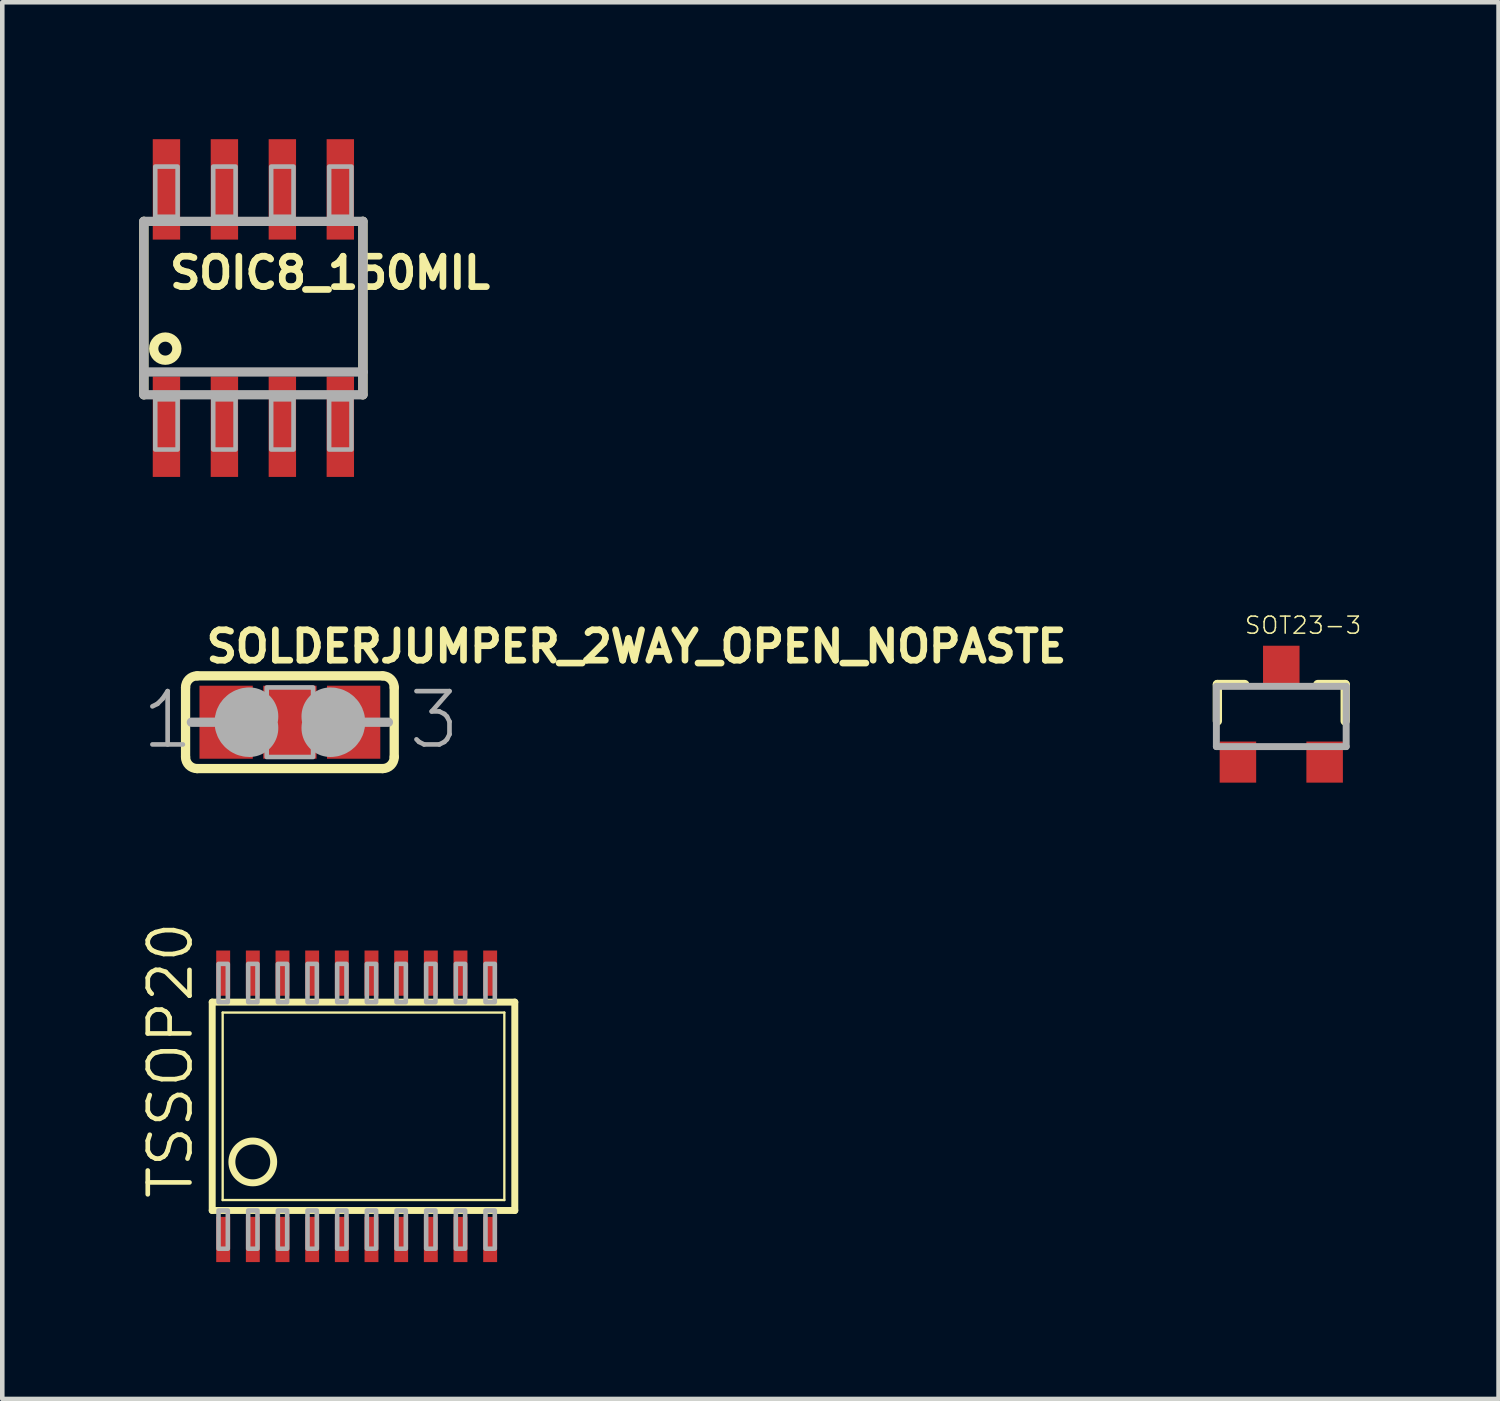
<source format=kicad_pcb>
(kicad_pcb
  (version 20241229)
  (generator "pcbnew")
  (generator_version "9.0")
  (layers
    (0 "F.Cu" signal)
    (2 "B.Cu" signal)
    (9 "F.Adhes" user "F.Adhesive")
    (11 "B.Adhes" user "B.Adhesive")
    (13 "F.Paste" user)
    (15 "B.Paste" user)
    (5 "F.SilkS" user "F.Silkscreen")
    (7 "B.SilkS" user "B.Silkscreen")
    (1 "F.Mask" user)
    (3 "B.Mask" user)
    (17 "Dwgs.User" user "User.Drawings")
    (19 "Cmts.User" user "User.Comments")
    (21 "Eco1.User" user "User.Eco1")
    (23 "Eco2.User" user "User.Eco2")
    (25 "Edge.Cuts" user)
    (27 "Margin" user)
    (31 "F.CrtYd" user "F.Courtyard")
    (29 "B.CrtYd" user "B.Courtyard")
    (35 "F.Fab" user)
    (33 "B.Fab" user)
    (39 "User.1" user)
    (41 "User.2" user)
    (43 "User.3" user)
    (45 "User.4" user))
  (footprint "TSSOP20"
    (layer "F.Cu")
    (at 4.915 21.191)
    (property "Reference" "TSSOP20" (at -3.696 2.083 90) (unlocked yes) (layer "F.SilkS") (effects (font (size 0.914 0.914) (thickness 0.102)) (justify left bottom)))
    (fp_line (start -3.315 2.283) (end -3.315 -2.283) (stroke (width 0.152) (type solid)) (layer "F.SilkS"))
    (fp_line (start -3.315 2.283) (end 3.315 2.283) (stroke (width 0.152) (type solid)) (layer "F.SilkS"))
    (fp_line (start -3.086 2.054) (end -3.086 -2.054) (stroke (width 0.051) (type solid)) (layer "F.SilkS"))
    (fp_line (start -3.086 2.054) (end 3.086 2.054) (stroke (width 0.051) (type solid)) (layer "F.SilkS"))
    (fp_line (start 3.086 -2.054) (end -3.086 -2.054) (stroke (width 0.051) (type solid)) (layer "F.SilkS"))
    (fp_line (start 3.086 -2.054) (end 3.086 2.054) (stroke (width 0.051) (type solid)) (layer "F.SilkS"))
    (fp_line (start 3.315 -2.283) (end -3.315 -2.283) (stroke (width 0.152) (type solid)) (layer "F.SilkS"))
    (fp_line (start 3.315 -2.283) (end 3.315 2.283) (stroke (width 0.152) (type solid)) (layer "F.SilkS"))
    (fp_circle (center -2.426 1.219) (end -1.968 1.219) (stroke (width 0.152) (type solid)) (fill no) (layer "F.SilkS"))
    (fp_poly (pts (xy -3.177 -2.283) (xy -2.973 -2.283) (xy -2.973 -3.121) (xy -3.177 -3.121)) (stroke (width 0.1) (type default)) (fill no) (layer "F.Fab"))
    (fp_poly (pts (xy -3.177 3.121) (xy -2.973 3.121) (xy -2.973 2.283) (xy -3.177 2.283)) (stroke (width 0.1) (type default)) (fill no) (layer "F.Fab"))
    (fp_poly (pts (xy -2.527 -2.283) (xy -2.323 -2.283) (xy -2.323 -3.121) (xy -2.527 -3.121)) (stroke (width 0.1) (type default)) (fill no) (layer "F.Fab"))
    (fp_poly (pts (xy -2.527 3.121) (xy -2.323 3.121) (xy -2.323 2.283) (xy -2.527 2.283)) (stroke (width 0.1) (type default)) (fill no) (layer "F.Fab"))
    (fp_poly (pts (xy -1.877 -2.283) (xy -1.673 -2.283) (xy -1.673 -3.121) (xy -1.877 -3.121)) (stroke (width 0.1) (type default)) (fill no) (layer "F.Fab"))
    (fp_poly (pts (xy -1.877 3.121) (xy -1.673 3.121) (xy -1.673 2.283) (xy -1.877 2.283)) (stroke (width 0.1) (type default)) (fill no) (layer "F.Fab"))
    (fp_poly (pts (xy -1.227 -2.283) (xy -1.023 -2.283) (xy -1.023 -3.121) (xy -1.227 -3.121)) (stroke (width 0.1) (type default)) (fill no) (layer "F.Fab"))
    (fp_poly (pts (xy -1.227 3.121) (xy -1.023 3.121) (xy -1.023 2.283) (xy -1.227 2.283)) (stroke (width 0.1) (type default)) (fill no) (layer "F.Fab"))
    (fp_poly (pts (xy -0.577 -2.283) (xy -0.373 -2.283) (xy -0.373 -3.121) (xy -0.577 -3.121)) (stroke (width 0.1) (type default)) (fill no) (layer "F.Fab"))
    (fp_poly (pts (xy -0.577 3.121) (xy -0.373 3.121) (xy -0.373 2.283) (xy -0.577 2.283)) (stroke (width 0.1) (type default)) (fill no) (layer "F.Fab"))
    (fp_poly (pts (xy 0.073 -2.283) (xy 0.277 -2.283) (xy 0.277 -3.121) (xy 0.073 -3.121)) (stroke (width 0.1) (type default)) (fill no) (layer "F.Fab"))
    (fp_poly (pts (xy 0.073 3.121) (xy 0.277 3.121) (xy 0.277 2.283) (xy 0.073 2.283)) (stroke (width 0.1) (type default)) (fill no) (layer "F.Fab"))
    (fp_poly (pts (xy 0.723 -2.283) (xy 0.927 -2.283) (xy 0.927 -3.121) (xy 0.723 -3.121)) (stroke (width 0.1) (type default)) (fill no) (layer "F.Fab"))
    (fp_poly (pts (xy 0.723 3.121) (xy 0.927 3.121) (xy 0.927 2.283) (xy 0.723 2.283)) (stroke (width 0.1) (type default)) (fill no) (layer "F.Fab"))
    (fp_poly (pts (xy 1.373 -2.283) (xy 1.577 -2.283) (xy 1.577 -3.121) (xy 1.373 -3.121)) (stroke (width 0.1) (type default)) (fill no) (layer "F.Fab"))
    (fp_poly (pts (xy 1.373 3.121) (xy 1.577 3.121) (xy 1.577 2.283) (xy 1.373 2.283)) (stroke (width 0.1) (type default)) (fill no) (layer "F.Fab"))
    (fp_poly (pts (xy 2.023 -2.283) (xy 2.227 -2.283) (xy 2.227 -3.121) (xy 2.023 -3.121)) (stroke (width 0.1) (type default)) (fill no) (layer "F.Fab"))
    (fp_poly (pts (xy 2.023 3.121) (xy 2.227 3.121) (xy 2.227 2.283) (xy 2.023 2.283)) (stroke (width 0.1) (type default)) (fill no) (layer "F.Fab"))
    (fp_poly (pts (xy 2.673 -2.283) (xy 2.877 -2.283) (xy 2.877 -3.121) (xy 2.673 -3.121)) (stroke (width 0.1) (type default)) (fill no) (layer "F.Fab"))
    (fp_poly (pts (xy 2.673 3.121) (xy 2.877 3.121) (xy 2.877 2.283) (xy 2.673 2.283)) (stroke (width 0.1) (type default)) (fill no) (layer "F.Fab"))
    (pad "1" smd rect (at -3.075 2.918) (size 0.305 0.991) (layers "F.Cu" "F.Mask" "F.Paste"))
    (pad "2" smd rect (at -2.425 2.918) (size 0.305 0.991) (layers "F.Cu" "F.Mask" "F.Paste"))
    (pad "3" smd rect (at -1.775 2.918) (size 0.305 0.991) (layers "F.Cu" "F.Mask" "F.Paste"))
    (pad "4" smd rect (at -1.125 2.918) (size 0.305 0.991) (layers "F.Cu" "F.Mask" "F.Paste"))
    (pad "5" smd rect (at -0.475 2.918) (size 0.305 0.991) (layers "F.Cu" "F.Mask" "F.Paste"))
    (pad "6" smd rect (at 0.175 2.918) (size 0.305 0.991) (layers "F.Cu" "F.Mask" "F.Paste"))
    (pad "7" smd rect (at 0.825 2.918) (size 0.305 0.991) (layers "F.Cu" "F.Mask" "F.Paste"))
    (pad "8" smd rect (at 1.475 2.918) (size 0.305 0.991) (layers "F.Cu" "F.Mask" "F.Paste"))
    (pad "9" smd rect (at 2.125 2.918) (size 0.305 0.991) (layers "F.Cu" "F.Mask" "F.Paste"))
    (pad "10" smd rect (at 2.775 2.918) (size 0.305 0.991) (layers "F.Cu" "F.Mask" "F.Paste"))
    (pad "11" smd rect (at 2.775 -2.918) (size 0.305 0.991) (layers "F.Cu" "F.Mask" "F.Paste"))
    (pad "12" smd rect (at 2.125 -2.918) (size 0.305 0.991) (layers "F.Cu" "F.Mask" "F.Paste"))
    (pad "13" smd rect (at 1.475 -2.918) (size 0.305 0.991) (layers "F.Cu" "F.Mask" "F.Paste"))
    (pad "14" smd rect (at 0.825 -2.918) (size 0.305 0.991) (layers "F.Cu" "F.Mask" "F.Paste"))
    (pad "15" smd rect (at 0.175 -2.918) (size 0.305 0.991) (layers "F.Cu" "F.Mask" "F.Paste"))
    (pad "16" smd rect (at -0.475 -2.918) (size 0.305 0.991) (layers "F.Cu" "F.Mask" "F.Paste"))
    (pad "17" smd rect (at -1.125 -2.918) (size 0.305 0.991) (layers "F.Cu" "F.Mask" "F.Paste"))
    (pad "18" smd rect (at -1.775 -2.918) (size 0.305 0.991) (layers "F.Cu" "F.Mask" "F.Paste"))
    (pad "19" smd rect (at -2.425 -2.918) (size 0.305 0.991) (layers "F.Cu" "F.Mask" "F.Paste"))
    (pad "20" smd rect (at -3.075 -2.918) (size 0.305 0.991) (layers "F.Cu" "F.Mask" "F.Paste")))
  (footprint "SOT23-3"
    (layer "F.Cu")
    (at 25.025 12.649)
    (property "Reference" "SOT23-3" (at -0.826 -1.778 0) (unlocked yes) (layer "F.SilkS") (effects (font (size 0.374 0.374) (thickness 0.033)) (justify left bottom)))
    (fp_line (start -1.4 -0.7) (end -1.4 0.1) (stroke (width 0.203) (type solid)) (layer "F.SilkS"))
    (fp_line (start -0.8 -0.7) (end -1.4 -0.7) (stroke (width 0.203) (type solid)) (layer "F.SilkS"))
    (fp_line (start 0.8 -0.7) (end 1.4 -0.7) (stroke (width 0.203) (type solid)) (layer "F.SilkS"))
    (fp_line (start 1.4 -0.7) (end 1.4 0.1) (stroke (width 0.203) (type solid)) (layer "F.SilkS"))
    (fp_line (start -1.422 -0.66) (end 1.422 -0.66) (stroke (width 0.152) (type solid)) (layer "F.Fab"))
    (fp_line (start -1.422 0.66) (end -1.422 -0.66) (stroke (width 0.152) (type solid)) (layer "F.Fab"))
    (fp_line (start 1.422 -0.66) (end 1.422 0.66) (stroke (width 0.152) (type solid)) (layer "F.Fab"))
    (fp_line (start 1.422 0.66) (end -1.422 0.66) (stroke (width 0.152) (type solid)) (layer "F.Fab"))
    (pad "1" smd rect (at -0.95 1) (size 0.8 0.9) (layers "F.Cu" "F.Mask" "F.Paste"))
    (pad "2" smd rect (at 0.95 1) (size 0.8 0.9) (layers "F.Cu" "F.Mask" "F.Paste"))
    (pad "3" smd rect (at 0 -1.1) (size 0.8 0.9) (layers "F.Cu" "F.Mask" "F.Paste")))
  (footprint "SOIC8_150MIL"
    (layer "F.Cu")
    (at 2.502 3.7)
    (property "Reference" "SOIC8_150MIL" (at -1.905 -0.381 0) (unlocked yes) (layer "F.SilkS") (effects (font (size 0.666 0.666) (thickness 0.146)) (justify left bottom)))
    (fp_line (start -2.4 1.9) (end -2.4 -1.9) (stroke (width 0.203) (type solid)) (layer "F.SilkS"))
    (fp_line (start 2.4 -1.9) (end 2.4 1.9) (stroke (width 0.203) (type solid)) (layer "F.SilkS"))
    (fp_circle (center -1.93 0.889) (end -1.676 0.889) (stroke (width 0.203) (type solid)) (fill no) (layer "F.SilkS"))
    (fp_line (start -2.4 -1.9) (end 2.4 -1.9) (stroke (width 0.203) (type solid)) (layer "F.Fab"))
    (fp_line (start -2.4 1.4) (end -2.4 -1.9) (stroke (width 0.203) (type solid)) (layer "F.Fab"))
    (fp_line (start -2.4 1.9) (end -2.4 1.4) (stroke (width 0.203) (type solid)) (layer "F.Fab"))
    (fp_line (start 2.4 -1.9) (end 2.4 1.4) (stroke (width 0.203) (type solid)) (layer "F.Fab"))
    (fp_line (start 2.4 1.4) (end -2.4 1.4) (stroke (width 0.203) (type solid)) (layer "F.Fab"))
    (fp_line (start 2.4 1.4) (end 2.4 1.9) (stroke (width 0.203) (type solid)) (layer "F.Fab"))
    (fp_line (start 2.4 1.9) (end -2.4 1.9) (stroke (width 0.203) (type solid)) (layer "F.Fab"))
    (fp_poly (pts (xy -2.15 -2) (xy -1.66 -2) (xy -1.66 -3.1) (xy -2.15 -3.1)) (stroke (width 0.1) (type default)) (fill no) (layer "F.Fab"))
    (fp_poly (pts (xy -2.15 3.1) (xy -1.66 3.1) (xy -1.66 2) (xy -2.15 2)) (stroke (width 0.1) (type default)) (fill no) (layer "F.Fab"))
    (fp_poly (pts (xy -0.88 -2) (xy -0.39 -2) (xy -0.39 -3.1) (xy -0.88 -3.1)) (stroke (width 0.1) (type default)) (fill no) (layer "F.Fab"))
    (fp_poly (pts (xy -0.88 3.1) (xy -0.39 3.1) (xy -0.39 2) (xy -0.88 2)) (stroke (width 0.1) (type default)) (fill no) (layer "F.Fab"))
    (fp_poly (pts (xy 0.39 -2) (xy 0.88 -2) (xy 0.88 -3.1) (xy 0.39 -3.1)) (stroke (width 0.1) (type default)) (fill no) (layer "F.Fab"))
    (fp_poly (pts (xy 0.39 3.1) (xy 0.88 3.1) (xy 0.88 2) (xy 0.39 2)) (stroke (width 0.1) (type default)) (fill no) (layer "F.Fab"))
    (fp_poly (pts (xy 1.66 -2) (xy 2.15 -2) (xy 2.15 -3.1) (xy 1.66 -3.1)) (stroke (width 0.1) (type default)) (fill no) (layer "F.Fab"))
    (fp_poly (pts (xy 1.66 3.1) (xy 2.15 3.1) (xy 2.15 2) (xy 1.66 2)) (stroke (width 0.1) (type default)) (fill no) (layer "F.Fab"))
    (pad "1" smd rect (at -1.905 2.6) (size 0.6 2.2) (layers "F.Cu" "F.Mask" "F.Paste"))
    (pad "2" smd rect (at -0.635 2.6) (size 0.6 2.2) (layers "F.Cu" "F.Mask" "F.Paste"))
    (pad "3" smd rect (at 0.635 2.6) (size 0.6 2.2) (layers "F.Cu" "F.Mask" "F.Paste"))
    (pad "4" smd rect (at 1.905 2.6) (size 0.6 2.2) (layers "F.Cu" "F.Mask" "F.Paste"))
    (pad "5" smd rect (at 1.905 -2.6) (size 0.6 2.2) (layers "F.Cu" "F.Mask" "F.Paste"))
    (pad "6" smd rect (at 0.635 -2.6) (size 0.6 2.2) (layers "F.Cu" "F.Mask" "F.Paste"))
    (pad "7" smd rect (at -0.635 -2.6) (size 0.6 2.2) (layers "F.Cu" "F.Mask" "F.Paste"))
    (pad "8" smd rect (at -1.905 -2.6) (size 0.6 2.2) (layers "F.Cu" "F.Mask" "F.Paste")))
  (footprint "SOLDERJUMPER_2WAY_OPEN_NOPASTE"
    (layer "F.Cu")
    (at 3.302 12.775)
    (property "Reference" "SOLDERJUMPER_2WAY_OPEN_NOPASTE" (at -1.905 -1.27 0) (unlocked yes) (layer "F.SilkS") (effects (font (size 0.666 0.666) (thickness 0.146)) (justify left bottom)))
    (fp_poly (pts (xy -2.083 0.889) (xy 2.083 0.889) (xy 2.083 -0.889) (xy -2.083 -0.889)) (stroke (width 0) (type default)) (fill yes) (layer "F.Mask"))
    (fp_line (start -2.286 0.762) (end -2.286 -0.762) (stroke (width 0.203) (type solid)) (layer "F.SilkS"))
    (fp_line (start -2.032 -1.016) (end 2.032 -1.016) (stroke (width 0.203) (type solid)) (layer "F.SilkS"))
    (fp_line (start 2.032 1.016) (end -2.032 1.016) (stroke (width 0.203) (type solid)) (layer "F.SilkS"))
    (fp_line (start 2.286 0.762) (end 2.286 -0.762) (stroke (width 0.203) (type solid)) (layer "F.SilkS"))
    (fp_arc (start -2.286 -0.762) (mid -2.211605 -0.941605) (end -2.032 -1.016) (stroke (width 0.2032) (type solid)) (layer "F.SilkS"))
    (fp_arc (start -2.032 1.016) (mid -2.211605 0.941605) (end -2.286 0.762) (stroke (width 0.2032) (type solid)) (layer "F.SilkS"))
    (fp_arc (start 2.032 -1.016) (mid 2.211605 -0.941605) (end 2.286 -0.762) (stroke (width 0.2032) (type solid)) (layer "F.SilkS"))
    (fp_arc (start 2.286 0.762) (mid 2.211605 0.941605) (end 2.032 1.016) (stroke (width 0.2032) (type solid)) (layer "F.SilkS"))
    (fp_line (start -1.651 0) (end -2.159 0) (stroke (width 0.203) (type solid)) (layer "F.Fab"))
    (fp_line (start 1.651 0) (end 2.159 0) (stroke (width 0.203) (type solid)) (layer "F.Fab"))
    (fp_arc (start -0.889 0.127) (mid -1.016 0) (end -0.889 -0.127) (stroke (width 1.27) (type solid)) (layer "F.Fab"))
    (fp_arc (start 0.889 -0.127) (mid 1.016 0) (end 0.889 0.127) (stroke (width 1.27) (type solid)) (layer "F.Fab"))
    (fp_poly (pts (xy -0.508 0.762) (xy 0.508 0.762) (xy 0.508 -0.762) (xy -0.508 -0.762)) (stroke (width 0.1) (type default)) (fill no) (layer "F.Fab"))
    (fp_text user "1" (at -3.302 0.635 0) (unlocked yes) (layer "F.Fab") (effects (font (size 1.168 1.168) (thickness 0.102)) (justify left bottom)))
    (fp_text user "3" (at 2.54 0.635 0) (unlocked yes) (layer "F.Fab") (effects (font (size 1.168 1.168) (thickness 0.102)) (justify left bottom)))
    (pad "1" smd rect (at -1.397 0) (size 1.168 1.6) (layers "F.Cu"))
    (pad "2" smd rect (at 0 0) (size 1.168 1.6) (layers "F.Cu"))
    (pad "3" smd rect (at 1.397 0) (size 1.168 1.6) (layers "F.Cu")))
  (gr_rect
    (start -3 -3)
    (end 29.786 27.604)
    (stroke (width 0.1) (type default))
    (fill no)
    (layer "Edge.Cuts")))
</source>
